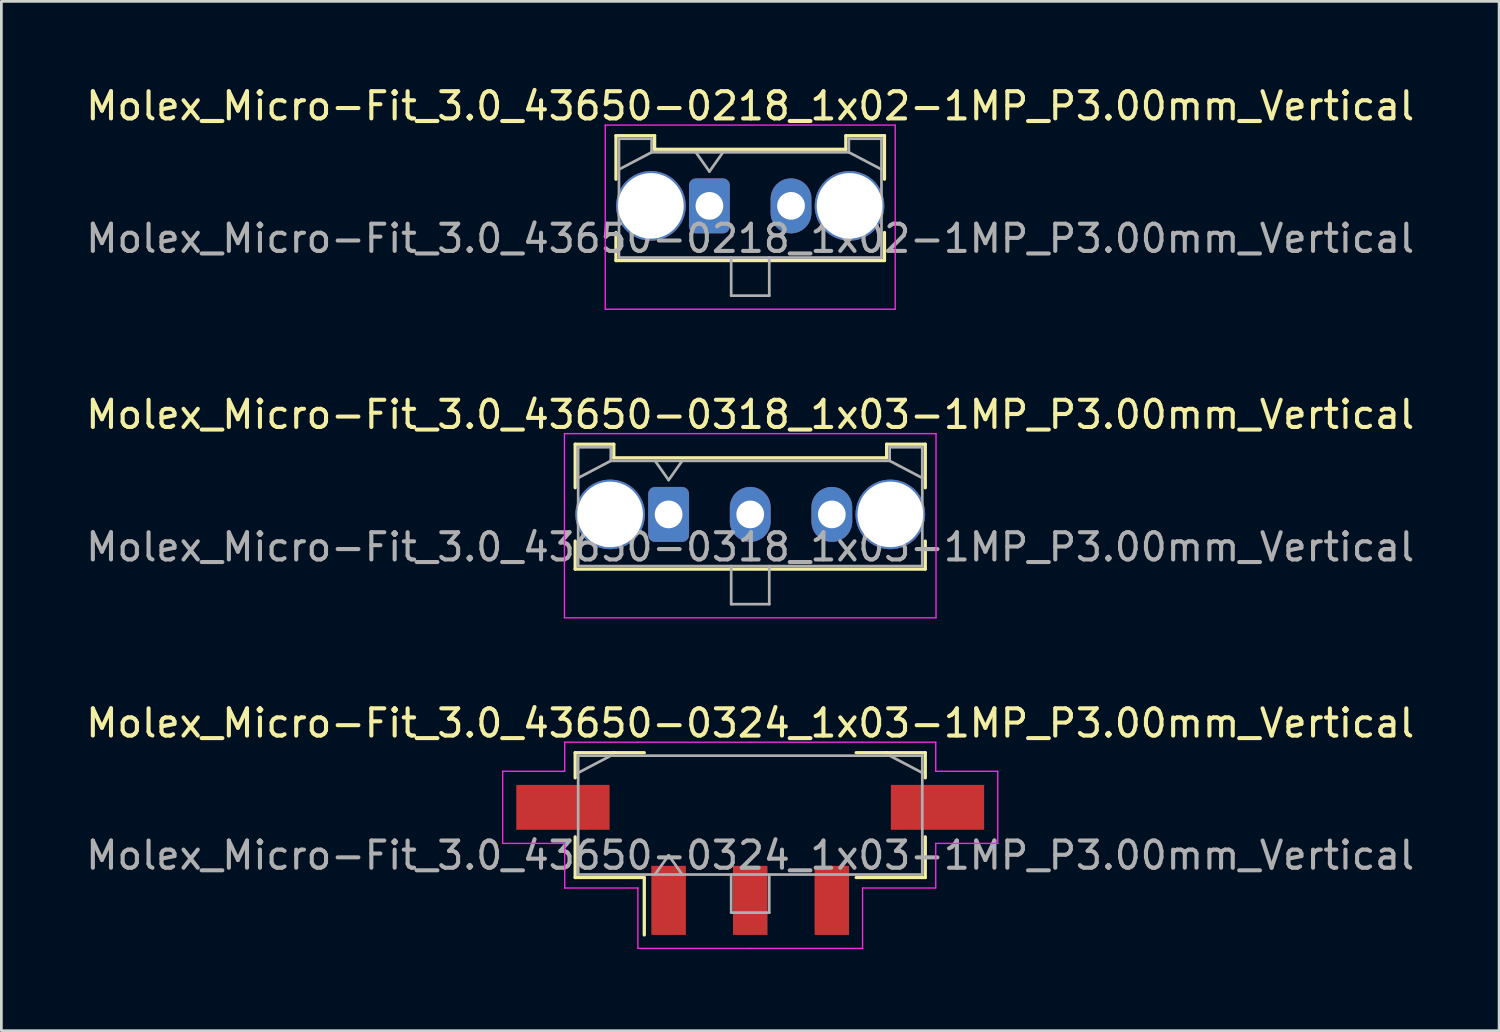
<source format=kicad_pcb>
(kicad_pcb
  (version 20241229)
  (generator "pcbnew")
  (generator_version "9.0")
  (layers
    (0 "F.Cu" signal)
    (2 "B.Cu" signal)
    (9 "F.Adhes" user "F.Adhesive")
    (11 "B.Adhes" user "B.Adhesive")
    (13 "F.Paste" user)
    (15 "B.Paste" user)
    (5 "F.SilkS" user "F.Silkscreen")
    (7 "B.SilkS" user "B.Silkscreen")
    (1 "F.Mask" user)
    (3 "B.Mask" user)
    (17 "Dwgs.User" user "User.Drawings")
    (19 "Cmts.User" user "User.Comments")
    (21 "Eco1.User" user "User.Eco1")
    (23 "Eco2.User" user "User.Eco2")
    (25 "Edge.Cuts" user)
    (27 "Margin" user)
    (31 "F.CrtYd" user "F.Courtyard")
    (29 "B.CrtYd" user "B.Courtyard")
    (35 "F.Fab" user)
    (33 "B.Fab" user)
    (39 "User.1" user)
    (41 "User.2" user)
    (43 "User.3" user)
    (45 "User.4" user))
  (footprint "Molex_Micro-Fit_3.0_43650-0218_1x02-1MP_P3.00mm_Vertical"
    (layer "F.Cu")
    (at 23.03 4.518)
    (property "Reference" "Molex_Micro-Fit_3.0_43650-0218_1x02-1MP_P3.00mm_Vertical" (at 1.5 -3.67 0) (layer "F.SilkS") (effects (font (size 1 1) (thickness 0.15))))
    (fp_line (start -3.435 -2.58) (end -2.015 -2.58) (stroke (width 0.12) (type solid)) (layer "F.SilkS"))
    (fp_line (start -3.435 -0.98) (end -3.435 -2.58) (stroke (width 0.12) (type solid)) (layer "F.SilkS"))
    (fp_line (start -3.435 0.98) (end -3.435 2.01) (stroke (width 0.12) (type solid)) (layer "F.SilkS"))
    (fp_line (start -3.435 2.01) (end 6.435 2.01) (stroke (width 0.12) (type solid)) (layer "F.SilkS"))
    (fp_line (start -2.015 -2.58) (end -2.015 -2.08) (stroke (width 0.12) (type solid)) (layer "F.SilkS"))
    (fp_line (start -2.015 -2.08) (end 5.015 -2.08) (stroke (width 0.12) (type solid)) (layer "F.SilkS"))
    (fp_line (start 5.015 -2.58) (end 6.435 -2.58) (stroke (width 0.12) (type solid)) (layer "F.SilkS"))
    (fp_line (start 5.015 -2.08) (end 5.015 -2.58) (stroke (width 0.12) (type solid)) (layer "F.SilkS"))
    (fp_line (start 6.435 -2.58) (end 6.435 -0.98) (stroke (width 0.12) (type solid)) (layer "F.SilkS"))
    (fp_line (start 6.435 2.01) (end 6.435 0.98) (stroke (width 0.12) (type solid)) (layer "F.SilkS"))
    (fp_line (start -3.83 -2.97) (end 6.83 -2.97) (stroke (width 0.05) (type solid)) (layer "F.CrtYd"))
    (fp_line (start -3.83 3.8) (end -3.83 -2.97) (stroke (width 0.05) (type solid)) (layer "F.CrtYd"))
    (fp_line (start 6.83 -2.97) (end 6.83 3.8) (stroke (width 0.05) (type solid)) (layer "F.CrtYd"))
    (fp_line (start 6.83 3.8) (end -3.83 3.8) (stroke (width 0.05) (type solid)) (layer "F.CrtYd"))
    (fp_line (start -3.325 -2.47) (end -3.325 1.9) (stroke (width 0.1) (type solid)) (layer "F.Fab"))
    (fp_line (start -3.325 -1.34) (end -2.125 -1.97) (stroke (width 0.1) (type solid)) (layer "F.Fab"))
    (fp_line (start -3.325 1.9) (end 6.325 1.9) (stroke (width 0.1) (type solid)) (layer "F.Fab"))
    (fp_line (start -2.125 -2.47) (end -3.325 -2.47) (stroke (width 0.1) (type solid)) (layer "F.Fab"))
    (fp_line (start -2.125 -1.97) (end -2.125 -2.47) (stroke (width 0.1) (type solid)) (layer "F.Fab"))
    (fp_line (start -0.5 -1.97) (end 0 -1.263) (stroke (width 0.1) (type solid)) (layer "F.Fab"))
    (fp_line (start 0 -1.263) (end 0.5 -1.97) (stroke (width 0.1) (type solid)) (layer "F.Fab"))
    (fp_line (start 0.8 1.9) (end 0.8 3.3) (stroke (width 0.1) (type solid)) (layer "F.Fab"))
    (fp_line (start 0.8 3.3) (end 2.2 3.3) (stroke (width 0.1) (type solid)) (layer "F.Fab"))
    (fp_line (start 2.2 3.3) (end 2.2 1.9) (stroke (width 0.1) (type solid)) (layer "F.Fab"))
    (fp_line (start 5.125 -2.47) (end 5.125 -1.97) (stroke (width 0.1) (type solid)) (layer "F.Fab"))
    (fp_line (start 5.125 -1.97) (end -2.125 -1.97) (stroke (width 0.1) (type solid)) (layer "F.Fab"))
    (fp_line (start 6.325 -2.47) (end 5.125 -2.47) (stroke (width 0.1) (type solid)) (layer "F.Fab"))
    (fp_line (start 6.325 -1.34) (end 5.125 -1.97) (stroke (width 0.1) (type solid)) (layer "F.Fab"))
    (fp_line (start 6.325 1.9) (end 6.325 -2.47) (stroke (width 0.1) (type solid)) (layer "F.Fab"))
    (fp_text user "${REFERENCE}" (at 1.5 1.2 0) (layer "F.Fab") (effects (font (size 1 1) (thickness 0.15))))
    (pad "1" thru_hole roundrect (at 0 0) (size 1.5 2.02) (drill 1.02) (layers "*.Cu" "*.Mask") (roundrect_rratio 0.167))
    (pad "2" thru_hole oval (at 3 0) (size 1.5 2.02) (drill 1.02) (layers "*.Cu" "*.Mask"))
    (pad "MP" thru_hole circle (at -2.15 0) (size 2.56 2.56) (drill 2.41) (layers "*.Cu" "*.Mask"))
    (pad "MP" thru_hole circle (at 5.15 0) (size 2.56 2.56) (drill 2.41) (layers "*.Cu" "*.Mask")))
  (footprint "Molex_Micro-Fit_3.0_43650-0318_1x03-1MP_P3.00mm_Vertical"
    (layer "F.Cu")
    (at 21.53 15.861)
    (property "Reference" "Molex_Micro-Fit_3.0_43650-0318_1x03-1MP_P3.00mm_Vertical" (at 3 -3.67 0) (layer "F.SilkS") (effects (font (size 1 1) (thickness 0.15))))
    (fp_line (start -3.435 -2.58) (end -2.015 -2.58) (stroke (width 0.12) (type solid)) (layer "F.SilkS"))
    (fp_line (start -3.435 -0.98) (end -3.435 -2.58) (stroke (width 0.12) (type solid)) (layer "F.SilkS"))
    (fp_line (start -3.435 0.98) (end -3.435 2.01) (stroke (width 0.12) (type solid)) (layer "F.SilkS"))
    (fp_line (start -3.435 2.01) (end 9.435 2.01) (stroke (width 0.12) (type solid)) (layer "F.SilkS"))
    (fp_line (start -2.015 -2.58) (end -2.015 -2.08) (stroke (width 0.12) (type solid)) (layer "F.SilkS"))
    (fp_line (start -2.015 -2.08) (end 8.015 -2.08) (stroke (width 0.12) (type solid)) (layer "F.SilkS"))
    (fp_line (start 8.015 -2.58) (end 9.435 -2.58) (stroke (width 0.12) (type solid)) (layer "F.SilkS"))
    (fp_line (start 8.015 -2.08) (end 8.015 -2.58) (stroke (width 0.12) (type solid)) (layer "F.SilkS"))
    (fp_line (start 9.435 -2.58) (end 9.435 -0.98) (stroke (width 0.12) (type solid)) (layer "F.SilkS"))
    (fp_line (start 9.435 2.01) (end 9.435 0.98) (stroke (width 0.12) (type solid)) (layer "F.SilkS"))
    (fp_line (start -3.83 -2.97) (end 9.83 -2.97) (stroke (width 0.05) (type solid)) (layer "F.CrtYd"))
    (fp_line (start -3.83 3.8) (end -3.83 -2.97) (stroke (width 0.05) (type solid)) (layer "F.CrtYd"))
    (fp_line (start 9.83 -2.97) (end 9.83 3.8) (stroke (width 0.05) (type solid)) (layer "F.CrtYd"))
    (fp_line (start 9.83 3.8) (end -3.83 3.8) (stroke (width 0.05) (type solid)) (layer "F.CrtYd"))
    (fp_line (start -3.325 -2.47) (end -3.325 1.9) (stroke (width 0.1) (type solid)) (layer "F.Fab"))
    (fp_line (start -3.325 -1.34) (end -2.125 -1.97) (stroke (width 0.1) (type solid)) (layer "F.Fab"))
    (fp_line (start -3.325 1.9) (end 9.325 1.9) (stroke (width 0.1) (type solid)) (layer "F.Fab"))
    (fp_line (start -2.125 -2.47) (end -3.325 -2.47) (stroke (width 0.1) (type solid)) (layer "F.Fab"))
    (fp_line (start -2.125 -1.97) (end -2.125 -2.47) (stroke (width 0.1) (type solid)) (layer "F.Fab"))
    (fp_line (start -0.5 -1.97) (end 0 -1.263) (stroke (width 0.1) (type solid)) (layer "F.Fab"))
    (fp_line (start 0 -1.263) (end 0.5 -1.97) (stroke (width 0.1) (type solid)) (layer "F.Fab"))
    (fp_line (start 2.3 1.9) (end 2.3 3.3) (stroke (width 0.1) (type solid)) (layer "F.Fab"))
    (fp_line (start 2.3 3.3) (end 3.7 3.3) (stroke (width 0.1) (type solid)) (layer "F.Fab"))
    (fp_line (start 3.7 3.3) (end 3.7 1.9) (stroke (width 0.1) (type solid)) (layer "F.Fab"))
    (fp_line (start 8.125 -2.47) (end 8.125 -1.97) (stroke (width 0.1) (type solid)) (layer "F.Fab"))
    (fp_line (start 8.125 -1.97) (end -2.125 -1.97) (stroke (width 0.1) (type solid)) (layer "F.Fab"))
    (fp_line (start 9.325 -2.47) (end 8.125 -2.47) (stroke (width 0.1) (type solid)) (layer "F.Fab"))
    (fp_line (start 9.325 -1.34) (end 8.125 -1.97) (stroke (width 0.1) (type solid)) (layer "F.Fab"))
    (fp_line (start 9.325 1.9) (end 9.325 -2.47) (stroke (width 0.1) (type solid)) (layer "F.Fab"))
    (fp_text user "${REFERENCE}" (at 3 1.2 0) (layer "F.Fab") (effects (font (size 1 1) (thickness 0.15))))
    (pad "1" thru_hole roundrect (at 0 0) (size 1.5 2.02) (drill 1.02) (layers "*.Cu" "*.Mask") (roundrect_rratio 0.167))
    (pad "2" thru_hole oval (at 3 0) (size 1.5 2.02) (drill 1.02) (layers "*.Cu" "*.Mask"))
    (pad "3" thru_hole oval (at 6 0) (size 1.5 2.02) (drill 1.02) (layers "*.Cu" "*.Mask"))
    (pad "MP" thru_hole circle (at -2.15 0) (size 2.56 2.56) (drill 2.41) (layers "*.Cu" "*.Mask"))
    (pad "MP" thru_hole circle (at 8.15 0) (size 2.56 2.56) (drill 2.41) (layers "*.Cu" "*.Mask")))
  (footprint "Molex_Micro-Fit_3.0_43650-0324_1x03-1MP_P3.00mm_Vertical"
    (layer "F.Cu")
    (at 24.53 26.915)
    (property "Reference" "Molex_Micro-Fit_3.0_43650-0324_1x03-1MP_P3.00mm_Vertical" (at 0 -3.38 0) (layer "F.SilkS") (effects (font (size 1 1) (thickness 0.15))))
    (attr smd)
    (fp_line (start -6.435 -2.295) (end -5.015 -2.295) (stroke (width 0.12) (type solid)) (layer "F.SilkS"))
    (fp_line (start -6.435 -1.37) (end -6.435 -2.295) (stroke (width 0.12) (type solid)) (layer "F.SilkS"))
    (fp_line (start -6.435 0.8) (end -6.435 2.295) (stroke (width 0.12) (type solid)) (layer "F.SilkS"))
    (fp_line (start -6.435 2.295) (end -3.895 2.295) (stroke (width 0.12) (type solid)) (layer "F.SilkS"))
    (fp_line (start -5.015 -2.295) (end -5.015 -2.295) (stroke (width 0.12) (type solid)) (layer "F.SilkS"))
    (fp_line (start -5.015 -2.295) (end -3.895 -2.295) (stroke (width 0.12) (type solid)) (layer "F.SilkS"))
    (fp_line (start -3.895 2.295) (end -3.895 4.405) (stroke (width 0.12) (type solid)) (layer "F.SilkS"))
    (fp_line (start 5.015 -2.295) (end 3.895 -2.295) (stroke (width 0.12) (type solid)) (layer "F.SilkS"))
    (fp_line (start 5.015 -2.295) (end 5.015 -2.295) (stroke (width 0.12) (type solid)) (layer "F.SilkS"))
    (fp_line (start 6.435 -2.295) (end 5.015 -2.295) (stroke (width 0.12) (type solid)) (layer "F.SilkS"))
    (fp_line (start 6.435 -1.37) (end 6.435 -2.295) (stroke (width 0.12) (type solid)) (layer "F.SilkS"))
    (fp_line (start 6.435 0.8) (end 6.435 2.295) (stroke (width 0.12) (type solid)) (layer "F.SilkS"))
    (fp_line (start 6.435 2.295) (end 3.895 2.295) (stroke (width 0.12) (type solid)) (layer "F.SilkS"))
    (fp_line (start -9.1 -1.61) (end -9.1 1.04) (stroke (width 0.05) (type solid)) (layer "F.CrtYd"))
    (fp_line (start -9.1 1.04) (end -6.82 1.04) (stroke (width 0.05) (type solid)) (layer "F.CrtYd"))
    (fp_line (start -6.82 -2.68) (end -6.82 -1.61) (stroke (width 0.05) (type solid)) (layer "F.CrtYd"))
    (fp_line (start -6.82 -1.61) (end -9.1 -1.61) (stroke (width 0.05) (type solid)) (layer "F.CrtYd"))
    (fp_line (start -6.82 1.04) (end -6.82 2.68) (stroke (width 0.05) (type solid)) (layer "F.CrtYd"))
    (fp_line (start -6.82 2.68) (end -4.13 2.68) (stroke (width 0.05) (type solid)) (layer "F.CrtYd"))
    (fp_line (start -4.13 -2.68) (end -6.82 -2.68) (stroke (width 0.05) (type solid)) (layer "F.CrtYd"))
    (fp_line (start -4.13 2.68) (end -4.13 4.9) (stroke (width 0.05) (type solid)) (layer "F.CrtYd"))
    (fp_line (start -4.13 4.9) (end 0 4.9) (stroke (width 0.05) (type solid)) (layer "F.CrtYd"))
    (fp_line (start 0 -2.68) (end -4.13 -2.68) (stroke (width 0.05) (type solid)) (layer "F.CrtYd"))
    (fp_line (start 0 -2.68) (end 4.13 -2.68) (stroke (width 0.05) (type solid)) (layer "F.CrtYd"))
    (fp_line (start 4.13 -2.68) (end 6.82 -2.68) (stroke (width 0.05) (type solid)) (layer "F.CrtYd"))
    (fp_line (start 4.13 2.68) (end 4.13 4.9) (stroke (width 0.05) (type solid)) (layer "F.CrtYd"))
    (fp_line (start 4.13 4.9) (end 0 4.9) (stroke (width 0.05) (type solid)) (layer "F.CrtYd"))
    (fp_line (start 6.82 -2.68) (end 6.82 -1.61) (stroke (width 0.05) (type solid)) (layer "F.CrtYd"))
    (fp_line (start 6.82 -1.61) (end 9.1 -1.61) (stroke (width 0.05) (type solid)) (layer "F.CrtYd"))
    (fp_line (start 6.82 1.04) (end 6.82 2.68) (stroke (width 0.05) (type solid)) (layer "F.CrtYd"))
    (fp_line (start 6.82 2.68) (end 4.13 2.68) (stroke (width 0.05) (type solid)) (layer "F.CrtYd"))
    (fp_line (start 9.1 -1.61) (end 9.1 1.04) (stroke (width 0.05) (type solid)) (layer "F.CrtYd"))
    (fp_line (start 9.1 1.04) (end 6.82 1.04) (stroke (width 0.05) (type solid)) (layer "F.CrtYd"))
    (fp_line (start -6.325 -2.185) (end -6.325 2.185) (stroke (width 0.1) (type solid)) (layer "F.Fab"))
    (fp_line (start -6.325 -1.555) (end -5.125 -2.185) (stroke (width 0.1) (type solid)) (layer "F.Fab"))
    (fp_line (start -6.325 2.185) (end 6.325 2.185) (stroke (width 0.1) (type solid)) (layer "F.Fab"))
    (fp_line (start -5.125 -2.185) (end -6.325 -2.185) (stroke (width 0.1) (type solid)) (layer "F.Fab"))
    (fp_line (start -5.125 -2.185) (end -5.125 -2.185) (stroke (width 0.1) (type solid)) (layer "F.Fab"))
    (fp_line (start -3.5 2.185) (end -3 1.478) (stroke (width 0.1) (type solid)) (layer "F.Fab"))
    (fp_line (start -3 1.478) (end -2.5 2.185) (stroke (width 0.1) (type solid)) (layer "F.Fab"))
    (fp_line (start -0.7 2.185) (end -0.7 3.585) (stroke (width 0.1) (type solid)) (layer "F.Fab"))
    (fp_line (start -0.7 3.585) (end 0.7 3.585) (stroke (width 0.1) (type solid)) (layer "F.Fab"))
    (fp_line (start 0.7 3.585) (end 0.7 2.185) (stroke (width 0.1) (type solid)) (layer "F.Fab"))
    (fp_line (start 5.125 -2.185) (end -5.125 -2.185) (stroke (width 0.1) (type solid)) (layer "F.Fab"))
    (fp_line (start 5.125 -2.185) (end 5.125 -2.185) (stroke (width 0.1) (type solid)) (layer "F.Fab"))
    (fp_line (start 6.325 -2.185) (end 5.125 -2.185) (stroke (width 0.1) (type solid)) (layer "F.Fab"))
    (fp_line (start 6.325 -1.555) (end 5.125 -2.185) (stroke (width 0.1) (type solid)) (layer "F.Fab"))
    (fp_line (start 6.325 2.185) (end 6.325 -2.185) (stroke (width 0.1) (type solid)) (layer "F.Fab"))
    (fp_text user "${REFERENCE}" (at 0 1.48 0) (layer "F.Fab") (effects (font (size 1 1) (thickness 0.15))))
    (pad "1" smd rect (at -3 3.135) (size 1.27 2.54) (layers "F.Cu" "F.Mask" "F.Paste"))
    (pad "2" smd rect (at 0 3.135) (size 1.27 2.54) (layers "F.Cu" "F.Mask" "F.Paste"))
    (pad "3" smd rect (at 3 3.135) (size 1.27 2.54) (layers "F.Cu" "F.Mask" "F.Paste"))
    (pad "MP" smd rect (at -6.885 -0.285) (size 3.43 1.65) (layers "F.Cu" "F.Mask" "F.Paste"))
    (pad "MP" smd rect (at 6.885 -0.285) (size 3.43 1.65) (layers "F.Cu" "F.Mask" "F.Paste")))
  (gr_rect
    (start -3 -3)
    (end 52.06 34.84)
    (stroke (width 0.1) (type default))
    (fill no)
    (layer "Edge.Cuts")))
</source>
